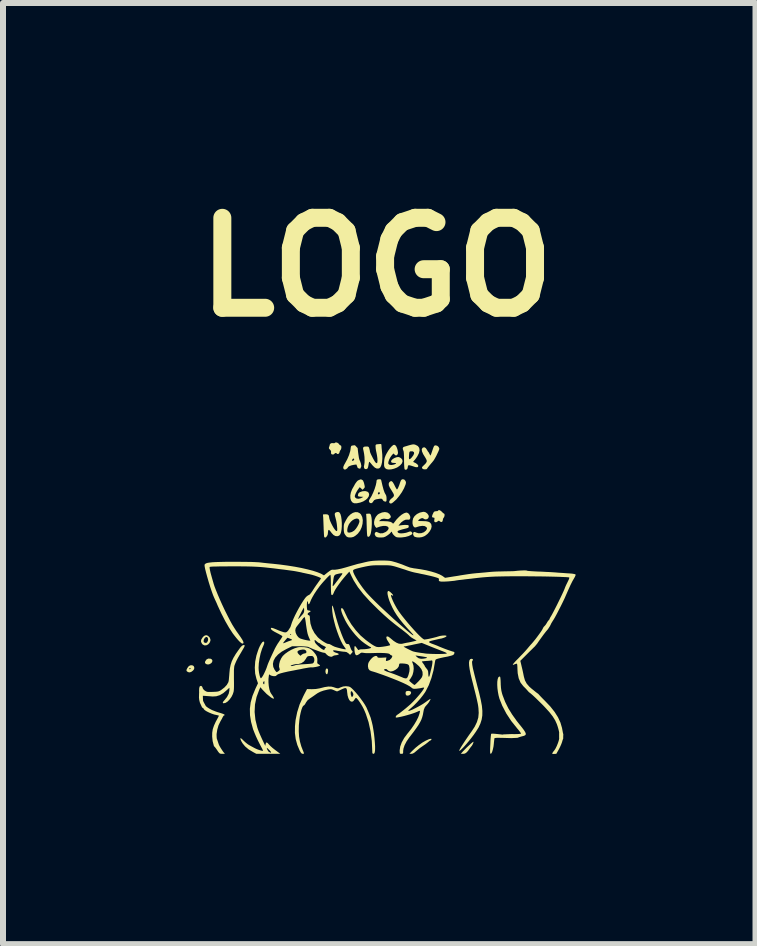
<source format=kicad_pcb>
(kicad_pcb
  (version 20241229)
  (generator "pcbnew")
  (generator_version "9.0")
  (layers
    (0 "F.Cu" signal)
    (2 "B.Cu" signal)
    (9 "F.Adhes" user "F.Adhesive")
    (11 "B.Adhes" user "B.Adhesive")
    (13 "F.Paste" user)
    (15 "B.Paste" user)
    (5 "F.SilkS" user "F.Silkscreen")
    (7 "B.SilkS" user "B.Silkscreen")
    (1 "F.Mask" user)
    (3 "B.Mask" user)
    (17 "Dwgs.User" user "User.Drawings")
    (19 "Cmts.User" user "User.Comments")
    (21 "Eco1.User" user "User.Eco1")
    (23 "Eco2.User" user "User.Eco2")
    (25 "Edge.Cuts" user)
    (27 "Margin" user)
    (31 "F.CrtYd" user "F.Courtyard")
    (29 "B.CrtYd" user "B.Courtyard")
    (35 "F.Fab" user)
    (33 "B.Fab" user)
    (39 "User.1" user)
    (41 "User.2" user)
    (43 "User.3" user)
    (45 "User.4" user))
  (footprint "LOGO"
    (layer "F.Cu")
    (at 3.479 6.054)
    (property "Reference" "LOGO" (at -0.25 -4.65 0) (layer "F.SilkS") (effects (font (size 1.5 1.5) (thickness 0.3))))
    (attr board_only exclude_from_pos_files exclude_from_bom)
    (fp_poly (pts (xy -1.061 2.057) (xy -1.058 2.081) (xy -1.06 2.102) (xy -1.067 2.128) (xy -1.073 2.139) (xy -1.082 2.139) (xy -1.089 2.135) (xy -1.098 2.119) (xy -1.102 2.094) (xy -1.099 2.068) (xy -1.091 2.049) (xy -1.088 2.046) (xy -1.072 2.044)) (stroke (width 0) (type solid)) (fill yes) (layer "F.SilkS"))
    (fp_poly (pts (xy 0.308 2.422) (xy 0.321 2.431) (xy 0.327 2.45) (xy 0.319 2.47) (xy 0.301 2.487) (xy 0.277 2.496) (xy 0.254 2.495) (xy 0.249 2.493) (xy 0.237 2.477) (xy 0.234 2.454) (xy 0.238 2.433) (xy 0.249 2.422) (xy 0.28 2.417)) (stroke (width 0) (type solid)) (fill yes) (layer "F.SilkS"))
    (fp_poly (pts (xy -3.02 1.88) (xy -3.019 1.88) (xy -2.995 1.894) (xy -2.986 1.916) (xy -2.994 1.94) (xy -3.01 1.958) (xy -3.045 1.976) (xy -3.078 1.975) (xy -3.098 1.965) (xy -3.11 1.952) (xy -3.11 1.934) (xy -3.106 1.924) (xy -3.087 1.895) (xy -3.057 1.879)) (stroke (width 0) (type solid)) (fill yes) (layer "F.SilkS"))
    (fp_poly (pts (xy 1.366 3.276) (xy 1.359 3.296) (xy 1.348 3.319) (xy 1.337 3.336) (xy 1.333 3.34) (xy 1.324 3.351) (xy 1.309 3.371) (xy 1.303 3.379) (xy 1.273 3.421) (xy 1.248 3.447) (xy 1.225 3.462) (xy 1.199 3.467) (xy 1.193 3.467) (xy 1.155 3.467) (xy 1.192 3.425) (xy 1.224 3.392) (xy 1.258 3.358) (xy 1.292 3.326) (xy 1.322 3.298) (xy 1.347 3.277) (xy 1.363 3.266) (xy 1.367 3.265)) (stroke (width 0) (type solid)) (fill yes) (layer "F.SilkS"))
    (fp_poly (pts (xy -3.324 1.99) (xy -3.302 2.001) (xy -3.297 2.007) (xy -3.288 2.034) (xy -3.294 2.057) (xy -3.311 2.079) (xy -3.342 2.102) (xy -3.37 2.109) (xy -3.392 2.104) (xy -3.411 2.092) (xy -3.419 2.082) (xy -3.418 2.064) (xy -3.41 2.047) (xy -3.374 2.047) (xy -3.367 2.056) (xy -3.365 2.057) (xy -3.352 2.05) (xy -3.35 2.047) (xy -3.352 2.039) (xy -3.359 2.037) (xy -3.372 2.042) (xy -3.374 2.047) (xy -3.41 2.047) (xy -3.406 2.039) (xy -3.389 2.014) (xy -3.376 2.001) (xy -3.351 1.99)) (stroke (width 0) (type solid)) (fill yes) (layer "F.SilkS"))
    (fp_poly (pts (xy -0.351 -0.531) (xy -0.342 -0.51) (xy -0.34 -0.504) (xy -0.333 -0.468) (xy -0.329 -0.419) (xy -0.329 -0.362) (xy -0.332 -0.304) (xy -0.338 -0.25) (xy -0.347 -0.205) (xy -0.357 -0.177) (xy -0.372 -0.157) (xy -0.389 -0.151) (xy -0.402 -0.16) (xy -0.404 -0.164) (xy -0.406 -0.178) (xy -0.409 -0.208) (xy -0.411 -0.249) (xy -0.413 -0.298) (xy -0.413 -0.312) (xy -0.415 -0.366) (xy -0.416 -0.416) (xy -0.418 -0.459) (xy -0.42 -0.488) (xy -0.42 -0.491) (xy -0.423 -0.535) (xy -0.387 -0.538) (xy -0.364 -0.538)) (stroke (width 0) (type solid)) (fill yes) (layer "F.SilkS"))
    (fp_poly (pts (xy 0.667 3.22) (xy 0.665 3.228) (xy 0.656 3.241) (xy 0.651 3.243) (xy 0.638 3.249) (xy 0.63 3.255) (xy 0.609 3.273) (xy 0.577 3.298) (xy 0.54 3.324) (xy 0.505 3.348) (xy 0.501 3.351) (xy 0.472 3.371) (xy 0.438 3.399) (xy 0.412 3.421) (xy 0.38 3.448) (xy 0.355 3.462) (xy 0.332 3.467) (xy 0.33 3.467) (xy 0.297 3.467) (xy 0.346 3.417) (xy 0.399 3.367) (xy 0.457 3.32) (xy 0.515 3.279) (xy 0.571 3.247) (xy 0.62 3.225) (xy 0.64 3.219) (xy 0.661 3.216)) (stroke (width 0) (type solid)) (fill yes) (layer "F.SilkS"))
    (fp_poly (pts (xy -3.1 1.49) (xy -3.08 1.49) (xy -3.06 1.5) (xy -3.04 1.52) (xy -3.03 1.53) (xy -3.02 1.56) (xy -3.02 1.583) (xy -3.035 1.617) (xy -3.059 1.643) (xy -3.088 1.657) (xy -3.118 1.659) (xy -3.147 1.645) (xy -3.16 1.632) (xy -3.177 1.599) (xy -3.176 1.585) (xy -3.134 1.585) (xy -3.13 1.602) (xy -3.113 1.616) (xy -3.091 1.617) (xy -3.075 1.607) (xy -3.062 1.581) (xy -3.058 1.554) (xy -3.064 1.532) (xy -3.079 1.519) (xy -3.093 1.519) (xy -3.113 1.533) (xy -3.128 1.558) (xy -3.134 1.585) (xy -3.176 1.585) (xy -3.175 1.567) (xy -3.16 1.541) (xy -3.145 1.519) (xy -3.125 1.5)) (stroke (width 0) (type solid)) (fill yes) (layer "F.SilkS"))
    (fp_poly (pts (xy -0.91 -1.724) (xy -0.888 -1.712) (xy -0.879 -1.702) (xy -0.864 -1.684) (xy -0.85 -1.677) (xy -0.84 -1.669) (xy -0.836 -1.65) (xy -0.838 -1.627) (xy -0.845 -1.606) (xy -0.85 -1.6) (xy -0.862 -1.582) (xy -0.867 -1.562) (xy -0.876 -1.541) (xy -0.892 -1.533) (xy -0.909 -1.535) (xy -0.914 -1.541) (xy -0.921 -1.55) (xy -0.936 -1.549) (xy -0.952 -1.538) (xy -0.953 -1.536) (xy -0.973 -1.523) (xy -0.996 -1.528) (xy -1.001 -1.531) (xy -1.01 -1.547) (xy -1.008 -1.562) (xy -1.009 -1.584) (xy -1.027 -1.606) (xy -1.043 -1.624) (xy -1.044 -1.639) (xy -1.041 -1.648) (xy -1.032 -1.673) (xy -1.031 -1.686) (xy -1.022 -1.703) (xy -1.002 -1.714) (xy -0.977 -1.715) (xy -0.968 -1.713) (xy -0.952 -1.713) (xy -0.948 -1.717) (xy -0.932 -1.726)) (stroke (width 0) (type solid)) (fill yes) (layer "F.SilkS"))
    (fp_poly (pts (xy 0.801 -0.596) (xy 0.822 -0.585) (xy 0.84 -0.569) (xy 0.858 -0.55) (xy 0.873 -0.54) (xy 0.875 -0.54) (xy 0.883 -0.532) (xy 0.885 -0.513) (xy 0.881 -0.491) (xy 0.873 -0.474) (xy 0.87 -0.472) (xy 0.859 -0.453) (xy 0.856 -0.433) (xy 0.849 -0.408) (xy 0.833 -0.398) (xy 0.811 -0.405) (xy 0.806 -0.41) (xy 0.791 -0.421) (xy 0.779 -0.417) (xy 0.77 -0.41) (xy 0.747 -0.396) (xy 0.725 -0.396) (xy 0.715 -0.404) (xy 0.712 -0.42) (xy 0.715 -0.443) (xy 0.717 -0.463) (xy 0.711 -0.471) (xy 0.701 -0.472) (xy 0.682 -0.476) (xy 0.675 -0.491) (xy 0.682 -0.518) (xy 0.69 -0.535) (xy 0.703 -0.562) (xy 0.716 -0.574) (xy 0.734 -0.578) (xy 0.744 -0.579) (xy 0.766 -0.581) (xy 0.778 -0.587) (xy 0.778 -0.588) (xy 0.784 -0.598)) (stroke (width 0) (type solid)) (fill yes) (layer "F.SilkS"))
    (fp_poly (pts (xy 0.211 -1.108) (xy 0.229 -1.089) (xy 0.229 -1.089) (xy 0.239 -1.07) (xy 0.241 -1.051) (xy 0.234 -1.023) (xy 0.234 -1.023) (xy 0.209 -0.962) (xy 0.173 -0.897) (xy 0.129 -0.834) (xy 0.081 -0.776) (xy 0.032 -0.732) (xy 0.02 -0.722) (xy 0.001 -0.71) (xy -0.012 -0.707) (xy -0.026 -0.711) (xy -0.027 -0.711) (xy -0.039 -0.725) (xy -0.037 -0.746) (xy -0.023 -0.769) (xy -0.005 -0.787) (xy 0.023 -0.81) (xy 0.038 -0.829) (xy 0.041 -0.849) (xy 0.031 -0.875) (xy 0.01 -0.91) (xy 0.001 -0.925) (xy -0.029 -0.973) (xy -0.045 -1.01) (xy -0.047 -1.039) (xy -0.037 -1.062) (xy -0.03 -1.069) (xy -0.011 -1.081) (xy 0.006 -1.078) (xy 0.023 -1.06) (xy 0.043 -1.026) (xy 0.05 -1.011) (xy 0.066 -0.979) (xy 0.08 -0.955) (xy 0.089 -0.943) (xy 0.089 -0.942) (xy 0.098 -0.947) (xy 0.11 -0.969) (xy 0.127 -1.009) (xy 0.143 -1.057) (xy 0.155 -1.088) (xy 0.166 -1.104) (xy 0.181 -1.111) (xy 0.187 -1.112)) (stroke (width 0) (type solid)) (fill yes) (layer "F.SilkS"))
    (fp_poly (pts (xy -0.565 -1.632) (xy -0.557 -1.56) (xy -0.549 -1.505) (xy -0.543 -1.466) (xy -0.536 -1.44) (xy -0.532 -1.43) (xy -0.522 -1.408) (xy -0.512 -1.378) (xy -0.51 -1.369) (xy -0.504 -1.339) (xy -0.506 -1.32) (xy -0.513 -1.307) (xy -0.52 -1.29) (xy -0.54 -1.29) (xy -0.564 -1.301) (xy -0.57 -1.318) (xy -0.586 -1.358) (xy -0.631 -1.352) (xy -0.668 -1.344) (xy -0.7 -1.332) (xy -0.722 -1.319) (xy -0.729 -1.308) (xy -0.737 -1.296) (xy -0.754 -1.283) (xy -0.774 -1.273) (xy -0.788 -1.276) (xy -0.793 -1.279) (xy -0.805 -1.296) (xy -0.804 -1.318) (xy -0.791 -1.35) (xy -0.775 -1.378) (xy -0.749 -1.426) (xy -0.66 -1.426) (xy -0.657 -1.419) (xy -0.642 -1.422) (xy -0.626 -1.431) (xy -0.622 -1.44) (xy -0.628 -1.456) (xy -0.64 -1.457) (xy -0.651 -1.445) (xy -0.66 -1.426) (xy -0.749 -1.426) (xy -0.738 -1.446) (xy -0.708 -1.516) (xy -0.688 -1.583) (xy -0.683 -1.614) (xy -0.679 -1.647) (xy -0.673 -1.664) (xy -0.664 -1.672) (xy -0.647 -1.675) (xy -0.643 -1.676) (xy -0.61 -1.679)) (stroke (width 0) (type solid)) (fill yes) (layer "F.SilkS"))
    (fp_poly (pts (xy 0.647 -1.508) (xy 0.653 -1.513) (xy 0.663 -1.538) (xy 0.676 -1.576) (xy 0.691 -1.621) (xy 0.702 -1.65) (xy 0.711 -1.667) (xy 0.721 -1.675) (xy 0.733 -1.677) (xy 0.739 -1.677) (xy 0.764 -1.669) (xy 0.786 -1.649) (xy 0.797 -1.623) (xy 0.797 -1.618) (xy 0.793 -1.604) (xy 0.782 -1.577) (xy 0.766 -1.543) (xy 0.748 -1.505) (xy 0.729 -1.47) (xy 0.713 -1.442) (xy 0.703 -1.426) (xy 0.688 -1.407) (xy 0.665 -1.38) (xy 0.639 -1.349) (xy 0.617 -1.322) (xy 0.6 -1.3) (xy 0.593 -1.289) (xy 0.593 -1.288) (xy 0.585 -1.28) (xy 0.565 -1.277) (xy 0.542 -1.277) (xy 0.524 -1.283) (xy 0.519 -1.286) (xy 0.509 -1.299) (xy 0.508 -1.31) (xy 0.519 -1.326) (xy 0.543 -1.349) (xy 0.544 -1.35) (xy 0.573 -1.38) (xy 0.587 -1.405) (xy 0.586 -1.43) (xy 0.571 -1.46) (xy 0.561 -1.477) (xy 0.527 -1.532) (xy 0.508 -1.577) (xy 0.504 -1.611) (xy 0.516 -1.634) (xy 0.529 -1.642) (xy 0.553 -1.644) (xy 0.574 -1.628) (xy 0.594 -1.598) (xy 0.607 -1.575) (xy 0.618 -1.563)) (stroke (width 0) (type solid)) (fill yes) (layer "F.SilkS"))
    (fp_poly (pts (xy -0.176 -1.105) (xy -0.171 -1.092) (xy -0.151 -1.005) (xy -0.133 -0.938) (xy -0.115 -0.888) (xy -0.097 -0.855) (xy -0.094 -0.851) (xy -0.087 -0.833) (xy -0.083 -0.804) (xy -0.083 -0.788) (xy -0.083 -0.759) (xy -0.088 -0.744) (xy -0.097 -0.739) (xy -0.106 -0.739) (xy -0.129 -0.747) (xy -0.14 -0.758) (xy -0.15 -0.774) (xy -0.159 -0.784) (xy -0.174 -0.788) (xy -0.197 -0.787) (xy -0.233 -0.781) (xy -0.259 -0.777) (xy -0.288 -0.764) (xy -0.3 -0.749) (xy -0.318 -0.723) (xy -0.339 -0.712) (xy -0.36 -0.717) (xy -0.364 -0.72) (xy -0.377 -0.741) (xy -0.375 -0.762) (xy -0.364 -0.781) (xy -0.334 -0.83) (xy -0.316 -0.868) (xy -0.228 -0.868) (xy -0.223 -0.861) (xy -0.214 -0.861) (xy -0.198 -0.866) (xy -0.195 -0.873) (xy -0.2 -0.892) (xy -0.203 -0.897) (xy -0.211 -0.902) (xy -0.22 -0.888) (xy -0.222 -0.885) (xy -0.228 -0.868) (xy -0.316 -0.868) (xy -0.306 -0.889) (xy -0.281 -0.952) (xy -0.262 -1.013) (xy -0.251 -1.065) (xy -0.251 -1.075) (xy -0.247 -1.097) (xy -0.237 -1.107) (xy -0.215 -1.111) (xy -0.212 -1.112) (xy -0.187 -1.112)) (stroke (width 0) (type solid)) (fill yes) (layer "F.SilkS"))
    (fp_poly (pts (xy -0.563 -0.562) (xy -0.528 -0.544) (xy -0.51 -0.526) (xy -0.488 -0.482) (xy -0.479 -0.429) (xy -0.483 -0.37) (xy -0.498 -0.311) (xy -0.523 -0.256) (xy -0.559 -0.208) (xy -0.57 -0.197) (xy -0.605 -0.168) (xy -0.634 -0.151) (xy -0.664 -0.143) (xy -0.691 -0.141) (xy -0.725 -0.144) (xy -0.747 -0.155) (xy -0.756 -0.163) (xy -0.774 -0.187) (xy -0.786 -0.206) (xy -0.792 -0.228) (xy -0.795 -0.249) (xy -0.738 -0.249) (xy -0.732 -0.229) (xy -0.727 -0.225) (xy -0.7 -0.222) (xy -0.665 -0.231) (xy -0.631 -0.25) (xy -0.622 -0.256) (xy -0.598 -0.282) (xy -0.574 -0.316) (xy -0.553 -0.354) (xy -0.539 -0.389) (xy -0.535 -0.41) (xy -0.541 -0.438) (xy -0.558 -0.453) (xy -0.583 -0.457) (xy -0.613 -0.449) (xy -0.645 -0.432) (xy -0.676 -0.406) (xy -0.703 -0.372) (xy -0.714 -0.354) (xy -0.729 -0.316) (xy -0.737 -0.279) (xy -0.738 -0.249) (xy -0.795 -0.249) (xy -0.796 -0.263) (xy -0.797 -0.302) (xy -0.796 -0.338) (xy -0.791 -0.366) (xy -0.789 -0.372) (xy -0.78 -0.391) (xy -0.766 -0.418) (xy -0.758 -0.433) (xy -0.726 -0.485) (xy -0.687 -0.524) (xy -0.646 -0.551) (xy -0.604 -0.564)) (stroke (width 0) (type solid)) (fill yes) (layer "F.SilkS"))
    (fp_poly (pts (xy -0.51 -1.111) (xy -0.49 -1.101) (xy -0.476 -1.092) (xy -0.461 -1.056) (xy -0.455 -1.033) (xy -0.448 -1.001) (xy -0.446 -0.982) (xy -0.451 -0.969) (xy -0.462 -0.957) (xy -0.483 -0.936) (xy -0.506 -0.958) (xy -0.53 -0.98) (xy -0.555 -0.947) (xy -0.575 -0.917) (xy -0.594 -0.882) (xy -0.599 -0.871) (xy -0.61 -0.843) (xy -0.613 -0.825) (xy -0.607 -0.81) (xy -0.606 -0.808) (xy -0.584 -0.791) (xy -0.552 -0.786) (xy -0.516 -0.794) (xy -0.501 -0.801) (xy -0.469 -0.818) (xy -0.515 -0.821) (xy -0.543 -0.824) (xy -0.557 -0.83) (xy -0.561 -0.841) (xy -0.561 -0.845) (xy -0.553 -0.875) (xy -0.53 -0.896) (xy -0.49 -0.91) (xy -0.488 -0.911) (xy -0.44 -0.915) (xy -0.404 -0.906) (xy -0.381 -0.887) (xy -0.373 -0.859) (xy -0.38 -0.826) (xy -0.404 -0.791) (xy -0.429 -0.769) (xy -0.472 -0.742) (xy -0.523 -0.723) (xy -0.576 -0.712) (xy -0.622 -0.712) (xy -0.627 -0.713) (xy -0.655 -0.728) (xy -0.675 -0.757) (xy -0.686 -0.796) (xy -0.687 -0.842) (xy -0.678 -0.891) (xy -0.659 -0.941) (xy -0.649 -0.96) (xy -0.635 -0.984) (xy -0.618 -1.014) (xy -0.616 -1.019) (xy -0.599 -1.047) (xy -0.574 -1.079) (xy -0.56 -1.091) (xy -0.54 -1.101)) (stroke (width 0) (type solid)) (fill yes) (layer "F.SilkS"))
    (fp_poly (pts (xy 0.065 -1.678) (xy 0.083 -1.653) (xy 0.097 -1.616) (xy 0.102 -1.595) (xy 0.108 -1.558) (xy 0.105 -1.535) (xy 0.095 -1.519) (xy 0.09 -1.515) (xy 0.076 -1.508) (xy 0.061 -1.515) (xy 0.053 -1.522) (xy 0.032 -1.542) (xy 0.003 -1.51) (xy -0.019 -1.479) (xy -0.038 -1.443) (xy -0.05 -1.409) (xy -0.055 -1.381) (xy -0.051 -1.367) (xy -0.031 -1.352) (xy 0.002 -1.349) (xy 0.041 -1.357) (xy 0.067 -1.368) (xy 0.077 -1.378) (xy 0.068 -1.383) (xy 0.044 -1.384) (xy 0.017 -1.386) (xy -0.001 -1.393) (xy -0.002 -1.394) (xy -0.008 -1.411) (xy 0.001 -1.431) (xy 0.022 -1.45) (xy 0.051 -1.467) (xy 0.084 -1.479) (xy 0.113 -1.483) (xy 0.135 -1.477) (xy 0.159 -1.463) (xy 0.159 -1.463) (xy 0.181 -1.436) (xy 0.184 -1.406) (xy 0.171 -1.374) (xy 0.142 -1.342) (xy 0.098 -1.311) (xy 0.086 -1.305) (xy 0.042 -1.288) (xy -0.003 -1.277) (xy -0.045 -1.274) (xy -0.077 -1.279) (xy -0.083 -1.281) (xy -0.105 -1.296) (xy -0.118 -1.315) (xy -0.124 -1.341) (xy -0.124 -1.381) (xy -0.124 -1.395) (xy -0.12 -1.438) (xy -0.113 -1.472) (xy -0.099 -1.508) (xy -0.083 -1.54) (xy -0.054 -1.589) (xy -0.024 -1.631) (xy 0.005 -1.663) (xy 0.03 -1.683) (xy 0.045 -1.687)) (stroke (width 0) (type solid)) (fill yes) (layer "F.SilkS"))
    (fp_poly (pts (xy 1.35 1.886) (xy 1.359 1.897) (xy 1.357 1.907) (xy 1.353 1.909) (xy 1.345 1.919) (xy 1.343 1.944) (xy 1.347 1.985) (xy 1.357 2.041) (xy 1.375 2.114) (xy 1.38 2.136) (xy 1.396 2.199) (xy 1.415 2.274) (xy 1.435 2.352) (xy 1.455 2.426) (xy 1.463 2.458) (xy 1.489 2.57) (xy 1.507 2.666) (xy 1.515 2.751) (xy 1.514 2.827) (xy 1.503 2.896) (xy 1.482 2.962) (xy 1.452 3.027) (xy 1.41 3.094) (xy 1.401 3.107) (xy 1.365 3.158) (xy 1.326 3.209) (xy 1.286 3.259) (xy 1.247 3.305) (xy 1.211 3.346) (xy 1.179 3.379) (xy 1.154 3.403) (xy 1.137 3.416) (xy 1.129 3.415) (xy 1.128 3.414) (xy 1.134 3.399) (xy 1.149 3.371) (xy 1.173 3.332) (xy 1.204 3.284) (xy 1.24 3.23) (xy 1.281 3.17) (xy 1.324 3.109) (xy 1.333 3.097) (xy 1.387 3.015) (xy 1.424 2.938) (xy 1.447 2.862) (xy 1.454 2.785) (xy 1.45 2.711) (xy 1.447 2.684) (xy 1.443 2.657) (xy 1.438 2.629) (xy 1.431 2.597) (xy 1.423 2.559) (xy 1.412 2.512) (xy 1.398 2.455) (xy 1.38 2.385) (xy 1.359 2.3) (xy 1.343 2.238) (xy 1.319 2.139) (xy 1.303 2.058) (xy 1.294 1.994) (xy 1.292 1.945) (xy 1.298 1.91) (xy 1.311 1.889) (xy 1.331 1.882) (xy 1.334 1.882)) (stroke (width 0) (type solid)) (fill yes) (layer "F.SilkS"))
    (fp_poly (pts (xy 0.569 -0.561) (xy 0.596 -0.541) (xy 0.616 -0.514) (xy 0.622 -0.491) (xy 0.614 -0.465) (xy 0.595 -0.448) (xy 0.57 -0.442) (xy 0.545 -0.448) (xy 0.535 -0.456) (xy 0.518 -0.464) (xy 0.493 -0.46) (xy 0.466 -0.445) (xy 0.452 -0.433) (xy 0.445 -0.424) (xy 0.446 -0.419) (xy 0.457 -0.416) (xy 0.482 -0.415) (xy 0.521 -0.414) (xy 0.575 -0.412) (xy 0.614 -0.404) (xy 0.64 -0.391) (xy 0.658 -0.37) (xy 0.663 -0.36) (xy 0.669 -0.325) (xy 0.66 -0.285) (xy 0.637 -0.244) (xy 0.605 -0.205) (xy 0.564 -0.172) (xy 0.543 -0.16) (xy 0.506 -0.147) (xy 0.463 -0.141) (xy 0.422 -0.143) (xy 0.388 -0.152) (xy 0.381 -0.156) (xy 0.363 -0.18) (xy 0.36 -0.199) (xy 0.364 -0.225) (xy 0.377 -0.234) (xy 0.4 -0.228) (xy 0.408 -0.224) (xy 0.451 -0.211) (xy 0.497 -0.213) (xy 0.539 -0.228) (xy 0.573 -0.255) (xy 0.583 -0.27) (xy 0.592 -0.29) (xy 0.589 -0.304) (xy 0.579 -0.315) (xy 0.553 -0.331) (xy 0.514 -0.335) (xy 0.466 -0.328) (xy 0.435 -0.319) (xy 0.408 -0.31) (xy 0.391 -0.308) (xy 0.379 -0.313) (xy 0.37 -0.321) (xy 0.357 -0.344) (xy 0.35 -0.378) (xy 0.351 -0.418) (xy 0.36 -0.457) (xy 0.36 -0.459) (xy 0.385 -0.498) (xy 0.424 -0.532) (xy 0.472 -0.556) (xy 0.524 -0.568) (xy 0.541 -0.569)) (stroke (width 0) (type solid)) (fill yes) (layer "F.SilkS"))
    (fp_poly (pts (xy -0.874 -0.561) (xy -0.865 -0.553) (xy -0.851 -0.529) (xy -0.84 -0.489) (xy -0.833 -0.44) (xy -0.829 -0.384) (xy -0.829 -0.328) (xy -0.833 -0.275) (xy -0.841 -0.23) (xy -0.853 -0.197) (xy -0.853 -0.196) (xy -0.873 -0.172) (xy -0.899 -0.163) (xy -0.903 -0.162) (xy -0.936 -0.165) (xy -0.967 -0.182) (xy -0.998 -0.215) (xy -1.012 -0.234) (xy -1.033 -0.26) (xy -1.047 -0.268) (xy -1.056 -0.258) (xy -1.06 -0.228) (xy -1.06 -0.219) (xy -1.064 -0.19) (xy -1.076 -0.165) (xy -1.091 -0.147) (xy -1.106 -0.139) (xy -1.119 -0.145) (xy -1.123 -0.153) (xy -1.125 -0.167) (xy -1.127 -0.196) (xy -1.129 -0.237) (xy -1.132 -0.286) (xy -1.132 -0.301) (xy -1.134 -0.355) (xy -1.136 -0.406) (xy -1.138 -0.449) (xy -1.139 -0.478) (xy -1.14 -0.481) (xy -1.143 -0.525) (xy -1.105 -0.528) (xy -1.069 -0.526) (xy -1.048 -0.511) (xy -1.041 -0.484) (xy -1.041 -0.481) (xy -1.036 -0.453) (xy -1.024 -0.417) (xy -1.006 -0.377) (xy -0.985 -0.336) (xy -0.963 -0.298) (xy -0.942 -0.269) (xy -0.925 -0.251) (xy -0.916 -0.248) (xy -0.909 -0.251) (xy -0.905 -0.262) (xy -0.905 -0.285) (xy -0.908 -0.323) (xy -0.908 -0.323) (xy -0.913 -0.369) (xy -0.921 -0.416) (xy -0.93 -0.452) (xy -0.942 -0.497) (xy -0.947 -0.526) (xy -0.944 -0.545) (xy -0.933 -0.556) (xy -0.916 -0.563) (xy -0.891 -0.567)) (stroke (width 0) (type solid)) (fill yes) (layer "F.SilkS"))
    (fp_poly (pts (xy 0.377 -1.693) (xy 0.398 -1.687) (xy 0.401 -1.686) (xy 0.439 -1.666) (xy 0.462 -1.635) (xy 0.468 -1.596) (xy 0.458 -1.549) (xy 0.431 -1.495) (xy 0.41 -1.464) (xy 0.391 -1.439) (xy 0.374 -1.42) (xy 0.37 -1.416) (xy 0.362 -1.404) (xy 0.365 -1.399) (xy 0.402 -1.382) (xy 0.43 -1.362) (xy 0.444 -1.342) (xy 0.446 -1.338) (xy 0.443 -1.32) (xy 0.428 -1.312) (xy 0.398 -1.315) (xy 0.362 -1.327) (xy 0.321 -1.34) (xy 0.294 -1.346) (xy 0.279 -1.343) (xy 0.273 -1.332) (xy 0.272 -1.32) (xy 0.267 -1.293) (xy 0.253 -1.275) (xy 0.237 -1.269) (xy 0.22 -1.277) (xy 0.217 -1.281) (xy 0.215 -1.295) (xy 0.212 -1.324) (xy 0.21 -1.365) (xy 0.209 -1.414) (xy 0.209 -1.434) (xy 0.209 -1.47) (xy 0.29 -1.47) (xy 0.294 -1.449) (xy 0.304 -1.446) (xy 0.321 -1.459) (xy 0.339 -1.478) (xy 0.366 -1.515) (xy 0.377 -1.544) (xy 0.373 -1.565) (xy 0.353 -1.577) (xy 0.326 -1.578) (xy 0.31 -1.576) (xy 0.301 -1.569) (xy 0.296 -1.555) (xy 0.293 -1.527) (xy 0.292 -1.51) (xy 0.29 -1.47) (xy 0.209 -1.47) (xy 0.208 -1.497) (xy 0.206 -1.543) (xy 0.203 -1.574) (xy 0.197 -1.592) (xy 0.195 -1.596) (xy 0.187 -1.62) (xy 0.192 -1.642) (xy 0.206 -1.652) (xy 0.221 -1.657) (xy 0.249 -1.665) (xy 0.284 -1.676) (xy 0.291 -1.678) (xy 0.329 -1.688) (xy 0.356 -1.693)) (stroke (width 0) (type solid)) (fill yes) (layer "F.SilkS"))
    (fp_poly (pts (xy -0.178 -1.7) (xy -0.169 -1.692) (xy -0.167 -1.669) (xy -0.165 -1.634) (xy -0.162 -1.607) (xy -0.161 -1.595) (xy -0.154 -1.523) (xy -0.153 -1.456) (xy -0.158 -1.397) (xy -0.169 -1.349) (xy -0.185 -1.313) (xy -0.206 -1.294) (xy -0.212 -1.292) (xy -0.245 -1.29) (xy -0.277 -1.305) (xy -0.31 -1.336) (xy -0.325 -1.353) (xy -0.346 -1.379) (xy -0.363 -1.398) (xy -0.371 -1.404) (xy -0.375 -1.396) (xy -0.38 -1.374) (xy -0.383 -1.354) (xy -0.389 -1.323) (xy -0.396 -1.299) (xy -0.401 -1.291) (xy -0.421 -1.28) (xy -0.443 -1.283) (xy -0.456 -1.297) (xy -0.461 -1.324) (xy -0.455 -1.353) (xy -0.45 -1.387) (xy -0.449 -1.433) (xy -0.451 -1.485) (xy -0.457 -1.535) (xy -0.465 -1.578) (xy -0.467 -1.587) (xy -0.475 -1.622) (xy -0.471 -1.644) (xy -0.455 -1.655) (xy -0.424 -1.658) (xy -0.397 -1.657) (xy -0.382 -1.651) (xy -0.374 -1.635) (xy -0.37 -1.622) (xy -0.363 -1.595) (xy -0.36 -1.575) (xy -0.36 -1.573) (xy -0.355 -1.557) (xy -0.344 -1.53) (xy -0.327 -1.496) (xy -0.308 -1.459) (xy -0.29 -1.427) (xy -0.275 -1.402) (xy -0.267 -1.392) (xy -0.251 -1.381) (xy -0.242 -1.381) (xy -0.236 -1.395) (xy -0.234 -1.424) (xy -0.236 -1.463) (xy -0.242 -1.508) (xy -0.249 -1.546) (xy -0.258 -1.587) (xy -0.264 -1.626) (xy -0.266 -1.653) (xy -0.266 -1.678) (xy -0.259 -1.69) (xy -0.244 -1.695) (xy -0.239 -1.695) (xy -0.211 -1.698)) (stroke (width 0) (type solid)) (fill yes) (layer "F.SilkS"))
    (fp_poly (pts (xy -0.068 -0.557) (xy -0.036 -0.535) (xy -0.018 -0.507) (xy -0.011 -0.486) (xy -0.017 -0.472) (xy -0.029 -0.46) (xy -0.056 -0.446) (xy -0.077 -0.448) (xy -0.126 -0.455) (xy -0.166 -0.448) (xy -0.187 -0.434) (xy -0.209 -0.413) (xy -0.123 -0.413) (xy -0.062 -0.41) (xy -0.016 -0.401) (xy 0.012 -0.386) (xy 0.022 -0.373) (xy 0.029 -0.373) (xy 0.042 -0.386) (xy 0.048 -0.395) (xy 0.086 -0.444) (xy 0.128 -0.487) (xy 0.17 -0.522) (xy 0.209 -0.545) (xy 0.243 -0.556) (xy 0.259 -0.555) (xy 0.282 -0.542) (xy 0.301 -0.518) (xy 0.312 -0.49) (xy 0.313 -0.464) (xy 0.303 -0.444) (xy 0.3 -0.441) (xy 0.281 -0.437) (xy 0.26 -0.439) (xy 0.231 -0.436) (xy 0.198 -0.42) (xy 0.164 -0.395) (xy 0.135 -0.363) (xy 0.135 -0.363) (xy 0.116 -0.336) (xy 0.148 -0.343) (xy 0.177 -0.347) (xy 0.214 -0.35) (xy 0.233 -0.35) (xy 0.264 -0.349) (xy 0.28 -0.346) (xy 0.286 -0.338) (xy 0.287 -0.326) (xy 0.285 -0.311) (xy 0.275 -0.302) (xy 0.253 -0.294) (xy 0.233 -0.289) (xy 0.177 -0.275) (xy 0.138 -0.263) (xy 0.113 -0.254) (xy 0.102 -0.245) (xy 0.1 -0.235) (xy 0.107 -0.224) (xy 0.107 -0.223) (xy 0.127 -0.213) (xy 0.159 -0.209) (xy 0.199 -0.212) (xy 0.241 -0.219) (xy 0.269 -0.228) (xy 0.299 -0.239) (xy 0.317 -0.242) (xy 0.328 -0.238) (xy 0.335 -0.232) (xy 0.348 -0.214) (xy 0.345 -0.199) (xy 0.328 -0.185) (xy 0.286 -0.165) (xy 0.232 -0.15) (xy 0.172 -0.142) (xy 0.144 -0.141) (xy 0.108 -0.142) (xy 0.084 -0.146) (xy 0.066 -0.155) (xy 0.046 -0.172) (xy 0.044 -0.174) (xy 0.024 -0.196) (xy 0.012 -0.216) (xy 0.01 -0.222) (xy 0.006 -0.237) (xy -0.005 -0.234) (xy -0.016 -0.22) (xy -0.03 -0.205) (xy -0.055 -0.185) (xy -0.074 -0.172) (xy -0.104 -0.154) (xy -0.131 -0.144) (xy -0.164 -0.141) (xy -0.182 -0.141) (xy -0.219 -0.142) (xy -0.244 -0.148) (xy -0.261 -0.159) (xy -0.263 -0.16) (xy -0.279 -0.187) (xy -0.279 -0.212) (xy -0.267 -0.228) (xy -0.253 -0.235) (xy -0.236 -0.229) (xy -0.229 -0.225) (xy -0.19 -0.21) (xy -0.145 -0.212) (xy -0.101 -0.231) (xy -0.089 -0.238) (xy -0.06 -0.265) (xy -0.048 -0.29) (xy -0.052 -0.31) (xy -0.069 -0.325) (xy -0.098 -0.334) (xy -0.137 -0.334) (xy -0.184 -0.325) (xy -0.206 -0.318) (xy -0.254 -0.301) (xy -0.273 -0.324) (xy -0.289 -0.358) (xy -0.291 -0.399) (xy -0.282 -0.443) (xy -0.262 -0.485) (xy -0.233 -0.52) (xy -0.21 -0.536) (xy -0.158 -0.558) (xy -0.11 -0.565)) (stroke (width 0) (type solid)) (fill yes) (layer "F.SilkS"))
    (fp_poly (pts (xy -0.715 2.344) (xy -0.692 2.352) (xy -0.667 2.371) (xy -0.634 2.403) (xy -0.596 2.445) (xy -0.555 2.493) (xy -0.515 2.546) (xy -0.477 2.598) (xy -0.444 2.648) (xy -0.419 2.692) (xy -0.412 2.708) (xy -0.396 2.745) (xy -0.379 2.785) (xy -0.364 2.823) (xy -0.352 2.854) (xy -0.345 2.873) (xy -0.345 2.874) (xy -0.341 2.891) (xy -0.333 2.919) (xy -0.327 2.942) (xy -0.314 2.997) (xy -0.303 3.062) (xy -0.292 3.133) (xy -0.284 3.206) (xy -0.278 3.276) (xy -0.274 3.339) (xy -0.274 3.391) (xy -0.276 3.421) (xy -0.282 3.45) (xy -0.291 3.464) (xy -0.302 3.467) (xy -0.314 3.463) (xy -0.32 3.45) (xy -0.321 3.425) (xy -0.329 3.253) (xy -0.35 3.09) (xy -0.383 2.938) (xy -0.429 2.799) (xy -0.462 2.722) (xy -0.485 2.678) (xy -0.511 2.634) (xy -0.537 2.595) (xy -0.561 2.562) (xy -0.58 2.541) (xy -0.593 2.533) (xy -0.604 2.541) (xy -0.616 2.56) (xy -0.617 2.561) (xy -0.637 2.588) (xy -0.659 2.598) (xy -0.682 2.592) (xy -0.703 2.571) (xy -0.72 2.537) (xy -0.733 2.492) (xy -0.738 2.451) (xy -0.681 2.451) (xy -0.678 2.481) (xy -0.67 2.505) (xy -0.67 2.506) (xy -0.662 2.519) (xy -0.654 2.517) (xy -0.645 2.504) (xy -0.636 2.485) (xy -0.639 2.464) (xy -0.642 2.456) (xy -0.656 2.43) (xy -0.669 2.422) (xy -0.678 2.43) (xy -0.681 2.451) (xy -0.738 2.451) (xy -0.739 2.446) (xy -0.743 2.405) (xy -0.75 2.38) (xy -0.764 2.37) (xy -0.788 2.373) (xy -0.824 2.388) (xy -0.841 2.396) (xy -0.872 2.411) (xy -0.897 2.422) (xy -0.909 2.426) (xy -0.909 2.426) (xy -0.921 2.422) (xy -0.944 2.413) (xy -0.961 2.405) (xy -0.989 2.394) (xy -1.011 2.389) (xy -1.037 2.391) (xy -1.065 2.396) (xy -1.132 2.412) (xy -1.186 2.431) (xy -1.231 2.454) (xy -1.259 2.473) (xy -1.297 2.5) (xy -1.338 2.528) (xy -1.358 2.541) (xy -1.398 2.572) (xy -1.424 2.607) (xy -1.429 2.616) (xy -1.443 2.641) (xy -1.457 2.657) (xy -1.462 2.66) (xy -1.475 2.669) (xy -1.489 2.695) (xy -1.503 2.734) (xy -1.516 2.784) (xy -1.528 2.841) (xy -1.537 2.904) (xy -1.543 2.969) (xy -1.545 2.99) (xy -1.547 3.09) (xy -1.542 3.178) (xy -1.528 3.258) (xy -1.506 3.338) (xy -1.482 3.401) (xy -1.468 3.435) (xy -1.461 3.454) (xy -1.462 3.464) (xy -1.47 3.467) (xy -1.481 3.467) (xy -1.497 3.462) (xy -1.512 3.447) (xy -1.529 3.417) (xy -1.53 3.416) (xy -1.571 3.319) (xy -1.598 3.221) (xy -1.611 3.118) (xy -1.61 3.007) (xy -1.6 2.904) (xy -1.573 2.772) (xy -1.533 2.644) (xy -1.475 2.514) (xy -1.454 2.472) (xy -1.409 2.387) (xy -1.329 2.389) (xy -1.263 2.386) (xy -1.204 2.376) (xy -1.191 2.373) (xy -1.116 2.354) (xy -1.054 2.345) (xy -1.005 2.346) (xy -0.971 2.354) (xy -0.932 2.367) (xy -0.904 2.374) (xy -0.882 2.373) (xy -0.861 2.364) (xy -0.85 2.359) (xy -0.808 2.344) (xy -0.76 2.339)) (stroke (width 0) (type solid)) (fill yes) (layer "F.SilkS"))
    (fp_poly (pts (xy -2.456 1.654) (xy -2.451 1.657) (xy -2.448 1.662) (xy -2.451 1.672) (xy -2.458 1.689) (xy -2.472 1.714) (xy -2.494 1.752) (xy -2.524 1.803) (xy -2.533 1.818) (xy -2.563 1.87) (xy -2.586 1.915) (xy -2.607 1.963) (xy -2.617 1.989) (xy -2.622 2.007) (xy -2.625 2.034) (xy -2.628 2.072) (xy -2.628 2.125) (xy -2.628 2.193) (xy -2.628 2.219) (xy -2.627 2.286) (xy -2.627 2.338) (xy -2.628 2.377) (xy -2.63 2.406) (xy -2.633 2.429) (xy -2.639 2.449) (xy -2.646 2.47) (xy -2.646 2.471) (xy -2.668 2.516) (xy -2.698 2.558) (xy -2.731 2.593) (xy -2.764 2.615) (xy -2.775 2.619) (xy -2.803 2.624) (xy -2.814 2.618) (xy -2.81 2.601) (xy -2.789 2.575) (xy -2.784 2.57) (xy -2.744 2.52) (xy -2.716 2.466) (xy -2.704 2.413) (xy -2.704 2.402) (xy -2.703 2.364) (xy -2.745 2.403) (xy -2.806 2.455) (xy -2.864 2.489) (xy -2.923 2.507) (xy -2.986 2.511) (xy -3.003 2.509) (xy -3.044 2.506) (xy -3.083 2.503) (xy -3.107 2.501) (xy -3.146 2.499) (xy -3.145 2.545) (xy -3.143 2.58) (xy -3.135 2.6) (xy -3.102 2.661) (xy -3.094 2.673) (xy -3.073 2.69) (xy -3.043 2.71) (xy -3.01 2.728) (xy -2.99 2.738) (xy -2.962 2.749) (xy -2.934 2.76) (xy -2.9 2.772) (xy -2.856 2.785) (xy -2.822 2.796) (xy -2.797 2.806) (xy -2.783 2.816) (xy -2.781 2.823) (xy -2.791 2.825) (xy -2.802 2.833) (xy -2.814 2.853) (xy -2.816 2.857) (xy -2.83 2.885) (xy -2.849 2.918) (xy -2.854 2.927) (xy -2.885 2.991) (xy -2.906 3.064) (xy -2.917 3.137) (xy -2.917 3.156) (xy -2.916 3.19) (xy -2.913 3.216) (xy -2.908 3.228) (xy -2.908 3.228) (xy -2.881 3.309) (xy -2.87 3.333) (xy -2.851 3.366) (xy -2.829 3.4) (xy -2.809 3.43) (xy -2.797 3.445) (xy -2.778 3.467) (xy -2.823 3.467) (xy -2.846 3.466) (xy -2.862 3.462) (xy -2.875 3.451) (xy -2.892 3.43) (xy -2.909 3.404) (xy -2.93 3.374) (xy -2.948 3.351) (xy -2.961 3.34) (xy -2.983 3.256) (xy -2.991 3.179) (xy -2.99 3.115) (xy -2.981 3.056) (xy -2.961 2.997) (xy -2.931 2.931) (xy -2.922 2.915) (xy -2.903 2.88) (xy -2.888 2.852) (xy -2.88 2.834) (xy -2.878 2.831) (xy -2.887 2.827) (xy -2.908 2.822) (xy -2.917 2.82) (xy -2.958 2.811) (xy -3.001 2.796) (xy -3.044 2.778) (xy -3.082 2.759) (xy -3.112 2.74) (xy -3.129 2.724) (xy -3.131 2.717) (xy -3.139 2.707) (xy -3.152 2.698) (xy -3.159 2.694) (xy -3.195 2.615) (xy -3.2 2.596) (xy -3.207 2.567) (xy -3.209 2.546) (xy -3.211 2.529) (xy -3.209 2.456) (xy -3.208 2.441) (xy -3.209 2.422) (xy -3.209 2.412) (xy -3.207 2.371) (xy -3.2 2.346) (xy -3.194 2.339) (xy -3.176 2.333) (xy -3.16 2.344) (xy -3.149 2.367) (xy -3.149 2.371) (xy -3.139 2.389) (xy -3.119 2.409) (xy -3.112 2.414) (xy -3.094 2.425) (xy -3.077 2.432) (xy -3.055 2.435) (xy -3.022 2.435) (xy -2.981 2.434) (xy -2.935 2.432) (xy -2.903 2.429) (xy -2.879 2.423) (xy -2.859 2.414) (xy -2.84 2.402) (xy -2.787 2.361) (xy -2.747 2.318) (xy -2.722 2.275) (xy -2.716 2.253) (xy -2.713 2.233) (xy -2.71 2.199) (xy -2.706 2.155) (xy -2.703 2.115) (xy -2.696 2.045) (xy -2.683 1.983) (xy -2.664 1.924) (xy -2.635 1.864) (xy -2.596 1.799) (xy -2.553 1.738) (xy -2.522 1.695) (xy -2.497 1.668) (xy -2.478 1.655) (xy -2.461 1.653)) (stroke (width 0) (type solid)) (fill yes) (layer "F.SilkS"))
    (fp_poly (pts (xy -0.104 0.244) (xy -0.061 0.246) (xy -0.026 0.249) (xy 0.006 0.255) (xy 0.042 0.265) (xy 0.078 0.275) (xy 0.128 0.292) (xy 0.179 0.31) (xy 0.223 0.328) (xy 0.242 0.336) (xy 0.307 0.36) (xy 0.381 0.375) (xy 0.388 0.375) (xy 0.484 0.389) (xy 0.577 0.406) (xy 0.662 0.427) (xy 0.738 0.45) (xy 0.8 0.474) (xy 0.847 0.499) (xy 0.851 0.502) (xy 0.893 0.532) (xy 0.993 0.516) (xy 1.043 0.508) (xy 1.091 0.501) (xy 1.132 0.494) (xy 1.147 0.491) (xy 1.224 0.479) (xy 1.29 0.469) (xy 1.353 0.461) (xy 1.421 0.454) (xy 1.449 0.452) (xy 1.504 0.447) (xy 1.561 0.442) (xy 1.611 0.437) (xy 1.643 0.434) (xy 1.679 0.431) (xy 1.729 0.428) (xy 1.787 0.426) (xy 1.848 0.425) (xy 1.877 0.424) (xy 1.933 0.423) (xy 1.984 0.422) (xy 2.027 0.421) (xy 2.056 0.419) (xy 2.066 0.418) (xy 2.102 0.414) (xy 2.142 0.411) (xy 2.182 0.409) (xy 2.217 0.408) (xy 2.244 0.409) (xy 2.256 0.411) (xy 2.256 0.412) (xy 2.265 0.415) (xy 2.291 0.418) (xy 2.33 0.421) (xy 2.379 0.424) (xy 2.434 0.427) (xy 2.502 0.429) (xy 2.574 0.433) (xy 2.644 0.436) (xy 2.705 0.44) (xy 2.733 0.442) (xy 2.793 0.447) (xy 2.859 0.451) (xy 2.923 0.456) (xy 2.96 0.458) (xy 3.012 0.462) (xy 3.047 0.468) (xy 3.066 0.474) (xy 3.07 0.478) (xy 3.068 0.493) (xy 3.057 0.517) (xy 3.046 0.537) (xy 3.017 0.587) (xy 2.983 0.655) (xy 2.944 0.742) (xy 2.911 0.817) (xy 2.888 0.87) (xy 2.858 0.933) (xy 2.824 1.002) (xy 2.789 1.07) (xy 2.755 1.136) (xy 2.724 1.193) (xy 2.698 1.237) (xy 2.694 1.242) (xy 2.675 1.273) (xy 2.661 1.297) (xy 2.655 1.311) (xy 2.655 1.311) (xy 2.64 1.34) (xy 2.609 1.388) (xy 2.575 1.428) (xy 2.534 1.481) (xy 2.529 1.488) (xy 2.497 1.532) (xy 2.469 1.571) (xy 2.447 1.602) (xy 2.434 1.622) (xy 2.42 1.64) (xy 2.389 1.677) (xy 2.369 1.696) (xy 2.341 1.724) (xy 2.305 1.759) (xy 2.27 1.794) (xy 2.148 1.916) (xy 2.172 2.018) (xy 2.184 2.068) (xy 2.195 2.119) (xy 2.204 2.164) (xy 2.208 2.182) (xy 2.225 2.242) (xy 2.254 2.296) (xy 2.299 2.348) (xy 2.321 2.367) (xy 2.34 2.384) (xy 2.357 2.397) (xy 2.41 2.44) (xy 2.448 2.468) (xy 2.465 2.487) (xy 2.491 2.515) (xy 2.525 2.55) (xy 2.554 2.579) (xy 2.646 2.675) (xy 2.719 2.767) (xy 2.776 2.857) (xy 2.817 2.946) (xy 2.843 3.035) (xy 2.85 3.072) (xy 2.858 3.115) (xy 2.865 3.142) (xy 2.863 3.18) (xy 2.863 3.214) (xy 2.859 3.222) (xy 2.851 3.245) (xy 2.844 3.27) (xy 2.831 3.306) (xy 2.811 3.351) (xy 2.79 3.393) (xy 2.788 3.396) (xy 2.748 3.467) (xy 2.68 3.47) (xy 2.68 3.62) (xy 1.62 3.64) (xy 1.69 3.17) (xy 2.1 3.2) (xy 1.998 3.205) (xy 1.859 3.201) (xy 1.798 3.2) (xy 1.755 3.2) (xy 1.728 3.203) (xy 1.717 3.207) (xy 1.716 3.208) (xy 1.714 3.222) (xy 1.711 3.25) (xy 1.707 3.287) (xy 1.707 3.292) (xy 1.701 3.343) (xy 1.691 3.39) (xy 1.68 3.429) (xy 1.668 3.455) (xy 1.656 3.467) (xy 1.655 3.467) (xy 1.65 3.464) (xy 1.646 3.455) (xy 1.644 3.438) (xy 1.644 3.408) (xy 1.645 3.364) (xy 1.648 3.304) (xy 1.65 3.249) (xy 1.653 3.202) (xy 1.657 3.164) (xy 1.66 3.14) (xy 1.662 3.133) (xy 1.674 3.131) (xy 1.701 3.131) (xy 1.738 3.134) (xy 1.756 3.136) (xy 1.796 3.14) (xy 1.83 3.144) (xy 1.852 3.146) (xy 1.856 3.146) (xy 1.864 3.143) (xy 2.007 3.137) (xy 2.034 3.138) (xy 2.064 3.138) (xy 2.104 3.137) (xy 2.136 3.135) (xy 2.156 3.132) (xy 2.159 3.131) (xy 2.157 3.122) (xy 2.143 3.102) (xy 2.121 3.073) (xy 2.092 3.039) (xy 2.09 3.036) (xy 1.996 2.919) (xy 1.914 2.794) (xy 1.847 2.666) (xy 1.8 2.548) (xy 1.785 2.492) (xy 1.774 2.433) (xy 1.766 2.372) (xy 1.763 2.315) (xy 1.764 2.264) (xy 1.77 2.222) (xy 1.78 2.193) (xy 1.79 2.183) (xy 1.8 2.178) (xy 1.808 2.179) (xy 1.813 2.188) (xy 1.816 2.208) (xy 1.819 2.242) (xy 1.821 2.291) (xy 1.821 2.305) (xy 1.825 2.365) (xy 1.832 2.415) (xy 1.843 2.46) (xy 1.852 2.489) (xy 1.895 2.601) (xy 1.948 2.708) (xy 2.012 2.812) (xy 2.089 2.92) (xy 2.128 2.969) (xy 2.174 3.026) (xy 2.208 3.071) (xy 2.229 3.104) (xy 2.239 3.129) (xy 2.238 3.146) (xy 2.226 3.159) (xy 2.204 3.168) (xy 2.173 3.176) (xy 2.145 3.184) (xy 2.1 3.2) (xy 1.69 3.17) (xy 1.62 3.64) (xy 2.68 3.62) (xy 2.68 3.47) (xy 2.69 3.439) (xy 2.711 3.415) (xy 2.734 3.38) (xy 2.756 3.336) (xy 2.775 3.288) (xy 2.781 3.271) (xy 2.792 3.234) (xy 2.796 3.211) (xy 2.795 3.197) (xy 2.795 3.125) (xy 2.796 3.113) (xy 2.791 3.086) (xy 2.782 3.05) (xy 2.77 3.009) (xy 2.757 2.971) (xy 2.729 2.909) (xy 2.688 2.843) (xy 2.632 2.771) (xy 2.561 2.693) (xy 2.524 2.654) (xy 2.457 2.588) (xy 2.402 2.534) (xy 2.357 2.492) (xy 2.32 2.46) (xy 2.29 2.437) (xy 2.266 2.41) (xy 2.241 2.382) (xy 2.198 2.339) (xy 2.152 2.28) (xy 2.121 2.208) (xy 2.104 2.123) (xy 2.1 2.056) (xy 2.099 2.017) (xy 2.097 1.986) (xy 2.093 1.967) (xy 2.091 1.964) (xy 2.077 1.965) (xy 2.055 1.973) (xy 2.053 1.973) (xy 2.031 1.983) (xy 2.022 1.982) (xy 2.027 1.97) (xy 2.046 1.947) (xy 2.079 1.911) (xy 2.112 1.878) (xy 2.152 1.836) (xy 2.193 1.794) (xy 2.229 1.755) (xy 2.256 1.724) (xy 2.259 1.721) (xy 2.288 1.686) (xy 2.318 1.651) (xy 2.343 1.624) (xy 2.368 1.594) (xy 2.399 1.556) (xy 2.43 1.515) (xy 2.461 1.473) (xy 2.489 1.434) (xy 2.51 1.402) (xy 2.522 1.38) (xy 2.523 1.376) (xy 2.537 1.351) (xy 2.552 1.336) (xy 2.569 1.317) (xy 2.587 1.289) (xy 2.591 1.282) (xy 2.606 1.257) (xy 2.62 1.24) (xy 2.623 1.237) (xy 2.634 1.224) (xy 2.635 1.22) (xy 2.64 1.206) (xy 2.652 1.184) (xy 2.66 1.172) (xy 2.677 1.142) (xy 2.7 1.099) (xy 2.727 1.047) (xy 2.757 0.988) (xy 2.787 0.927) (xy 2.817 0.866) (xy 2.844 0.809) (xy 2.867 0.759) (xy 2.884 0.72) (xy 2.893 0.696) (xy 2.901 0.676) (xy 2.915 0.645) (xy 2.933 0.609) (xy 2.937 0.6) (xy 2.956 0.561) (xy 2.965 0.535) (xy 2.963 0.525) (xy 2.945 0.523) (xy 2.909 0.52) (xy 2.858 0.518) (xy 2.794 0.515) (xy 2.718 0.513) (xy 2.632 0.511) (xy 2.539 0.509) (xy 2.44 0.508) (xy 2.338 0.507) (xy 2.234 0.506) (xy 2.144 0.506) (xy 2.017 0.506) (xy 1.907 0.507) (xy 1.81 0.509) (xy 1.724 0.511) (xy 1.646 0.515) (xy 1.572 0.52) (xy 1.501 0.526) (xy 1.428 0.534) (xy 1.376 0.54) (xy 1.328 0.546) (xy 1.272 0.552) (xy 1.217 0.558) (xy 1.206 0.56) (xy 1.163 0.565) (xy 1.124 0.569) (xy 1.097 0.573) (xy 1.089 0.574) (xy 1.049 0.581) (xy 1.001 0.586) (xy 0.95 0.591) (xy 0.901 0.594) (xy 0.859 0.595) (xy 0.829 0.595) (xy 0.822 0.594) (xy 0.798 0.588) (xy 0.789 0.579) (xy 0.79 0.563) (xy 0.791 0.55) (xy 0.785 0.541) (xy 0.768 0.533) (xy 0.737 0.523) (xy 0.73 0.521) (xy 0.695 0.511) (xy 0.647 0.499) (xy 0.593 0.487) (xy 0.545 0.476) (xy 0.493 0.466) (xy 0.444 0.455) (xy 0.402 0.447) (xy 0.374 0.441) (xy 0.339 0.432) (xy 0.295 0.419) (xy 0.261 0.408) (xy 0.224 0.395) (xy 0.175 0.38) (xy 0.123 0.363) (xy 0.091 0.353) (xy 0.051 0.341) (xy 0.018 0.333) (xy -0.012 0.327) (xy -0.045 0.324) (xy -0.083 0.322) (xy -0.134 0.322) (xy -0.175 0.322) (xy -0.245 0.322) (xy -0.3 0.324) (xy -0.347 0.328) (xy -0.392 0.335) (xy -0.438 0.344) (xy -0.506 0.359) (xy -0.558 0.372) (xy -0.595 0.382) (xy -0.62 0.391) (xy -0.635 0.4) (xy -0.641 0.409) (xy -0.642 0.415) (xy -0.636 0.442) (xy -0.619 0.481) (xy -0.593 0.529) (xy -0.56 0.584) (xy -0.521 0.642) (xy -0.478 0.702) (xy -0.433 0.759) (xy -0.413 0.783) (xy -0.376 0.823) (xy -0.326 0.875) (xy -0.266 0.935) (xy -0.198 1.001) (xy -0.123 1.071) (xy -0.044 1.144) (xy 0.036 1.218) (xy 0.076 1.253) (xy 0.152 1.32) (xy 0.215 1.375) (xy 0.266 1.419) (xy 0.305 1.451) (xy 0.333 1.473) (xy 0.352 1.486) (xy 0.363 1.491) (xy 0.365 1.49) (xy 0.362 1.481) (xy 0.347 1.463) (xy 0.325 1.439) (xy 0.325 1.438) (xy 0.258 1.366) (xy 0.194 1.293) (xy 0.137 1.223) (xy 0.091 1.16) (xy 0.084 1.149) (xy 0.048 1.092) (xy 0.016 1.032) (xy -0.012 0.972) (xy -0.036 0.914) (xy -0.053 0.861) (xy -0.064 0.815) (xy -0.068 0.78) (xy -0.062 0.757) (xy -0.055 0.751) (xy -0.042 0.754) (xy -0.023 0.767) (xy -0.002 0.786) (xy 0.016 0.805) (xy 0.026 0.821) (xy 0.026 0.828) (xy 0.015 0.828) (xy 0.005 0.822) (xy -0.006 0.817) (xy -0.009 0.826) (xy -0.004 0.847) (xy 0.007 0.878) (xy 0.023 0.916) (xy 0.043 0.958) (xy 0.066 1.001) (xy 0.091 1.045) (xy 0.117 1.085) (xy 0.13 1.104) (xy 0.173 1.162) (xy 0.221 1.222) (xy 0.271 1.283) (xy 0.322 1.342) (xy 0.372 1.398) (xy 0.419 1.449) (xy 0.462 1.493) (xy 0.498 1.527) (xy 0.526 1.55) (xy 0.544 1.56) (xy 0.547 1.561) (xy 0.572 1.558) (xy 0.61 1.552) (xy 0.655 1.542) (xy 0.702 1.531) (xy 0.745 1.52) (xy 0.771 1.512) (xy 0.809 1.501) (xy 0.848 1.495) (xy 0.882 1.493) (xy 0.908 1.495) (xy 0.918 1.501) (xy 0.914 1.51) (xy 0.896 1.522) (xy 0.868 1.533) (xy 0.837 1.543) (xy 0.82 1.546) (xy 0.793 1.551) (xy 0.755 1.56) (xy 0.711 1.57) (xy 0.698 1.573) (xy 0.654 1.584) (xy 0.63 1.594) (xy 0.625 1.604) (xy 0.638 1.615) (xy 0.67 1.629) (xy 0.695 1.638) (xy 0.732 1.652) (xy 0.765 1.665) (xy 0.783 1.673) (xy 0.811 1.685) (xy 0.849 1.7) (xy 0.892 1.717) (xy 0.936 1.733) (xy 0.977 1.747) (xy 1.01 1.758) (xy 1.031 1.764) (xy 1.036 1.765) (xy 1.048 1.772) (xy 1.049 1.787) (xy 1.041 1.806) (xy 1.028 1.818) (xy 1.009 1.826) (xy 0.976 1.835) (xy 0.936 1.845) (xy 0.919 1.848) (xy 0.872 1.857) (xy 0.826 1.867) (xy 0.789 1.876) (xy 0.781 1.878) (xy 0.752 1.887) (xy 0.736 1.896) (xy 0.729 1.911) (xy 0.724 1.938) (xy 0.7 2.075) (xy 0.665 2.204) (xy 0.622 2.321) (xy 0.57 2.423) (xy 0.56 2.44) (xy 0.524 2.491) (xy 0.478 2.549) (xy 0.426 2.607) (xy 0.373 2.661) (xy 0.324 2.705) (xy 0.319 2.709) (xy 0.296 2.729) (xy 0.281 2.744) (xy 0.279 2.75) (xy 0.292 2.751) (xy 0.318 2.742) (xy 0.354 2.727) (xy 0.396 2.706) (xy 0.442 2.682) (xy 0.489 2.656) (xy 0.532 2.63) (xy 0.568 2.605) (xy 0.579 2.597) (xy 0.609 2.575) (xy 0.633 2.559) (xy 0.647 2.552) (xy 0.65 2.552) (xy 0.647 2.566) (xy 0.634 2.589) (xy 0.617 2.616) (xy 0.597 2.641) (xy 0.584 2.655) (xy 0.557 2.687) (xy 0.539 2.729) (xy 0.531 2.771) (xy 0.523 2.815) (xy 0.512 2.856) (xy 0.498 2.896) (xy 0.477 2.939) (xy 0.45 2.985) (xy 0.414 3.038) (xy 0.368 3.101) (xy 0.311 3.175) (xy 0.296 3.194) (xy 0.251 3.26) (xy 0.218 3.323) (xy 0.199 3.38) (xy 0.194 3.418) (xy 0.194 3.447) (xy 0.19 3.461) (xy 0.18 3.466) (xy 0.165 3.467) (xy 0.149 3.466) (xy 0.14 3.461) (xy 0.137 3.446) (xy 0.136 3.418) (xy 0.136 3.409) (xy 0.145 3.346) (xy 0.17 3.277) (xy 0.211 3.203) (xy 0.267 3.128) (xy 0.275 3.119) (xy 0.328 3.052) (xy 0.375 2.984) (xy 0.415 2.917) (xy 0.445 2.857) (xy 0.456 2.827) (xy 0.467 2.793) (xy 0.473 2.766) (xy 0.474 2.752) (xy 0.474 2.751) (xy 0.463 2.751) (xy 0.442 2.759) (xy 0.441 2.76) (xy 0.411 2.773) (xy 0.371 2.788) (xy 0.323 2.804) (xy 0.271 2.819) (xy 0.218 2.834) (xy 0.169 2.846) (xy 0.126 2.855) (xy 0.093 2.861) (xy 0.074 2.862) (xy 0.071 2.86) (xy 0.07 2.847) (xy 0.08 2.829) (xy 0.1 2.813) (xy 0.102 2.811) (xy 0.124 2.797) (xy 0.155 2.773) (xy 0.194 2.743) (xy 0.236 2.709) (xy 0.276 2.675) (xy 0.312 2.644) (xy 0.328 2.629) (xy 0.364 2.593) (xy 0.402 2.553) (xy 0.439 2.511) (xy 0.474 2.47) (xy 0.504 2.432) (xy 0.527 2.399) (xy 0.541 2.376) (xy 0.543 2.364) (xy 0.543 2.363) (xy 0.532 2.362) (xy 0.509 2.366) (xy 0.505 2.367) (xy 0.476 2.373) (xy 0.438 2.378) (xy 0.415 2.381) (xy 0.382 2.383) (xy 0.36 2.38) (xy 0.342 2.371) (xy 0.326 2.357) (xy 0.298 2.338) (xy 0.253 2.313) (xy 0.192 2.284) (xy 0.118 2.252) (xy 0.104 2.246) (xy 0.296 2.246) (xy 0.306 2.259) (xy 0.329 2.279) (xy 0.331 2.281) (xy 0.356 2.301) (xy 0.375 2.315) (xy 0.383 2.319) (xy 0.394 2.312) (xy 0.413 2.295) (xy 0.439 2.269) (xy 0.453 2.255) (xy 0.483 2.221) (xy 0.503 2.195) (xy 0.513 2.173) (xy 0.519 2.148) (xy 0.519 2.148) (xy 0.517 2.1) (xy 0.497 2.053) (xy 0.459 2.006) (xy 0.403 1.957) (xy 0.381 1.941) (xy 0.358 1.927) (xy 0.506 1.927) (xy 0.511 1.937) (xy 0.524 1.956) (xy 0.53 1.963) (xy 0.545 1.985) (xy 0.554 2) (xy 0.554 2.003) (xy 0.56 2.014) (xy 0.575 2.034) (xy 0.583 2.044) (xy 0.601 2.067) (xy 0.61 2.091) (xy 0.613 2.123) (xy 0.613 2.13) (xy 0.615 2.162) (xy 0.619 2.18) (xy 0.626 2.182) (xy 0.633 2.168) (xy 0.635 2.161) (xy 0.64 2.142) (xy 0.648 2.109) (xy 0.657 2.071) (xy 0.66 2.062) (xy 0.675 1.997) (xy 0.682 1.949) (xy 0.682 1.92) (xy 0.675 1.909) (xy 0.671 1.909) (xy 0.655 1.912) (xy 0.625 1.915) (xy 0.588 1.918) (xy 0.581 1.918) (xy 0.546 1.921) (xy 0.519 1.924) (xy 0.506 1.927) (xy 0.506 1.927) (xy 0.358 1.927) (xy 0.356 1.926) (xy 0.344 1.925) (xy 0.346 1.939) (xy 0.354 1.958) (xy 0.366 1.998) (xy 0.37 2.048) (xy 0.364 2.101) (xy 0.351 2.15) (xy 0.347 2.159) (xy 0.33 2.19) (xy 0.314 2.216) (xy 0.306 2.226) (xy 0.297 2.237) (xy 0.296 2.246) (xy 0.104 2.246) (xy 0.031 2.217) (xy -0.000001 2.205) (xy -0.072 2.177) (xy -0.14 2.152) (xy -0.203 2.13) (xy -0.257 2.111) (xy -0.299 2.098) (xy -0.327 2.09) (xy -0.329 2.09) (xy -0.364 2.075) (xy -0.37 2.068) (xy -0.126 2.068) (xy -0.115 2.077) (xy -0.089 2.09) (xy -0.046 2.106) (xy -0.005 2.12) (xy 0.043 2.137) (xy 0.097 2.158) (xy 0.148 2.179) (xy 0.156 2.182) (xy 0.2 2.201) (xy 0.23 2.209) (xy 0.251 2.207) (xy 0.266 2.192) (xy 0.278 2.164) (xy 0.285 2.143) (xy 0.298 2.092) (xy 0.301 2.048) (xy 0.295 2.009) (xy 0.287 1.987) (xy 0.269 1.974) (xy 0.254 1.969) (xy 0.221 1.963) (xy 0.183 1.96) (xy 0.173 1.96) (xy 0.145 1.96) (xy 0.131 1.965) (xy 0.127 1.976) (xy 0.126 1.987) (xy 0.118 2.015) (xy 0.095 2.044) (xy 0.062 2.068) (xy 0.026 2.086) (xy -0.011 2.094) (xy -0.021 2.093) (xy -0.048 2.084) (xy -0.067 2.069) (xy -0.086 2.053) (xy -0.105 2.053) (xy -0.122 2.06) (xy -0.126 2.068) (xy -0.37 2.068) (xy -0.385 2.049) (xy -0.393 2.009) (xy -0.393 1.999) (xy -0.39 1.967) (xy -0.38 1.939) (xy -0.358 1.906) (xy -0.357 1.904) (xy -0.325 1.868) (xy -0.293 1.844) (xy -0.264 1.834) (xy -0.248 1.836) (xy -0.235 1.848) (xy -0.233 1.855) (xy -0.228 1.861) (xy -0.212 1.864) (xy -0.18 1.865) (xy -0.159 1.864) (xy -0.085 1.86) (xy -0.091 1.89) (xy -0.094 1.911) (xy -0.088 1.918) (xy -0.074 1.917) (xy -0.032 1.902) (xy -0.004 1.875) (xy 0.004 1.862) (xy 0.013 1.841) (xy 0.011 1.831) (xy 0.005 1.828) (xy 0.401 1.828) (xy 0.406 1.835) (xy 0.421 1.85) (xy 0.428 1.856) (xy 0.455 1.874) (xy 0.486 1.881) (xy 0.506 1.882) (xy 0.54 1.879) (xy 0.572 1.873) (xy 0.58 1.871) (xy 0.591 1.865) (xy 0.592 1.861) (xy 0.582 1.857) (xy 0.558 1.851) (xy 0.517 1.844) (xy 0.506 1.842) (xy 0.464 1.836) (xy 0.429 1.831) (xy 0.407 1.828) (xy 0.401 1.828) (xy 0.005 1.828) (xy -0.003 1.824) (xy -0.004 1.824) (xy -0.023 1.813) (xy -0.031 1.803) (xy -0.042 1.797) (xy -0.07 1.791) (xy -0.111 1.787) (xy -0.16 1.785) (xy -0.216 1.784) (xy -0.258 1.785) (xy -0.326 1.787) (xy -0.378 1.788) (xy -0.416 1.788) (xy -0.444 1.786) (xy -0.465 1.783) (xy -0.473 1.782) (xy -0.497 1.779) (xy -0.517 1.787) (xy -0.532 1.799) (xy -0.563 1.819) (xy -0.586 1.824) (xy -0.602 1.811) (xy -0.612 1.78) (xy -0.618 1.737) (xy -0.619 1.696) (xy -0.616 1.674) (xy -0.607 1.67) (xy -0.593 1.684) (xy -0.574 1.71) (xy -0.558 1.732) (xy -0.547 1.737) (xy -0.543 1.734) (xy -0.528 1.726) (xy -0.496 1.723) (xy -0.484 1.723) (xy -0.448 1.722) (xy -0.41 1.718) (xy -0.376 1.712) (xy -0.351 1.705) (xy -0.341 1.697) (xy -0.34 1.696) (xy -0.347 1.687) (xy -0.348 1.687) (xy -0.361 1.682) (xy -0.386 1.667) (xy -0.418 1.646) (xy -0.453 1.622) (xy -0.487 1.596) (xy -0.501 1.585) (xy -0.55 1.54) (xy -0.604 1.482) (xy -0.657 1.417) (xy -0.706 1.351) (xy -0.742 1.295) (xy -0.769 1.247) (xy -0.793 1.197) (xy -0.815 1.149) (xy -0.831 1.106) (xy -0.84 1.072) (xy -0.842 1.05) (xy -0.842 1.048) (xy -0.831 1.036) (xy -0.817 1.042) (xy -0.8 1.063) (xy -0.782 1.1) (xy -0.781 1.104) (xy -0.732 1.206) (xy -0.67 1.308) (xy -0.597 1.405) (xy -0.517 1.493) (xy -0.433 1.565) (xy -0.428 1.569) (xy -0.372 1.611) (xy -0.329 1.641) (xy -0.295 1.662) (xy -0.268 1.676) (xy -0.246 1.684) (xy -0.225 1.686) (xy -0.214 1.687) (xy -0.185 1.685) (xy -0.148 1.681) (xy -0.123 1.677) (xy 0.204 1.677) (xy 0.205 1.681) (xy 0.222 1.692) (xy 0.254 1.709) (xy 0.298 1.731) (xy 0.346 1.754) (xy 0.37 1.762) (xy 0.406 1.77) (xy 0.442 1.776) (xy 0.487 1.783) (xy 0.533 1.789) (xy 0.564 1.794) (xy 0.595 1.797) (xy 0.639 1.799) (xy 0.689 1.801) (xy 0.743 1.802) (xy 0.796 1.802) (xy 0.845 1.801) (xy 0.884 1.799) (xy 0.911 1.797) (xy 0.918 1.795) (xy 0.922 1.79) (xy 0.913 1.783) (xy 0.89 1.771) (xy 0.85 1.755) (xy 0.831 1.748) (xy 0.775 1.726) (xy 0.711 1.701) (xy 0.648 1.676) (xy 0.614 1.662) (xy 0.504 1.617) (xy 0.376 1.643) (xy 0.327 1.654) (xy 0.285 1.662) (xy 0.253 1.669) (xy 0.235 1.673) (xy 0.233 1.673) (xy 0.21 1.676) (xy 0.204 1.677) (xy -0.123 1.677) (xy -0.108 1.675) (xy -0.07 1.668) (xy -0.041 1.661) (xy -0.024 1.656) (xy -0.023 1.655) (xy -0.025 1.645) (xy -0.037 1.624) (xy -0.052 1.601) (xy -0.076 1.563) (xy -0.086 1.534) (xy -0.085 1.515) (xy -0.072 1.508) (xy -0.049 1.515) (xy -0.018 1.539) (xy -0.017 1.54) (xy 0.037 1.585) (xy 0.083 1.614) (xy 0.123 1.63) (xy 0.161 1.633) (xy 0.184 1.63) (xy 0.213 1.623) (xy 0.251 1.615) (xy 0.282 1.61) (xy 0.322 1.602) (xy 0.36 1.593) (xy 0.382 1.588) (xy 0.419 1.577) (xy 0.368 1.549) (xy 0.335 1.529) (xy 0.305 1.506) (xy 0.292 1.493) (xy 0.276 1.478) (xy 0.247 1.453) (xy 0.209 1.423) (xy 0.167 1.39) (xy 0.146 1.375) (xy 0.053 1.303) (xy -0.037 1.23) (xy -0.126 1.151) (xy -0.218 1.065) (xy -0.317 0.967) (xy -0.365 0.919) (xy -0.471 0.802) (xy -0.56 0.688) (xy -0.631 0.576) (xy -0.668 0.503) (xy -0.703 0.428) (xy -0.751 0.481) (xy -0.793 0.53) (xy -0.836 0.583) (xy -0.876 0.637) (xy -0.911 0.687) (xy -0.939 0.731) (xy -0.957 0.765) (xy -0.96 0.773) (xy -0.974 0.805) (xy -0.988 0.82) (xy -1 0.817) (xy -1.005 0.806) (xy -1.007 0.792) (xy -1.009 0.761) (xy -1.01 0.719) (xy -1.011 0.668) (xy -1.011 0.657) (xy -0.981 0.657) (xy -0.981 0.668) (xy -0.976 0.67) (xy -0.966 0.661) (xy -0.948 0.639) (xy -0.921 0.603) (xy -0.903 0.58) (xy -0.876 0.544) (xy -0.852 0.512) (xy -0.834 0.488) (xy -0.828 0.48) (xy -0.819 0.463) (xy -0.824 0.455) (xy -0.845 0.456) (xy -0.877 0.462) (xy -0.908 0.469) (xy -0.931 0.476) (xy -0.946 0.486) (xy -0.957 0.502) (xy -0.964 0.526) (xy -0.97 0.563) (xy -0.976 0.615) (xy -0.979 0.637) (xy -0.981 0.657) (xy -1.011 0.657) (xy -1.011 0.636) (xy -1.012 0.584) (xy -1.013 0.539) (xy -1.015 0.505) (xy -1.018 0.485) (xy -1.019 0.481) (xy -1.03 0.488) (xy -1.051 0.507) (xy -1.078 0.534) (xy -1.109 0.568) (xy -1.141 0.603) (xy -1.172 0.639) (xy -1.197 0.67) (xy -1.198 0.671) (xy -1.245 0.736) (xy -1.287 0.799) (xy -1.32 0.856) (xy -1.344 0.903) (xy -1.351 0.921) (xy -1.365 0.955) (xy -1.377 0.972) (xy -1.386 0.971) (xy -1.392 0.952) (xy -1.392 0.946) (xy -1.396 0.926) (xy -1.401 0.922) (xy -1.406 0.931) (xy -1.41 0.951) (xy -1.412 0.977) (xy -1.412 1.008) (xy -1.412 1.014) (xy -1.409 1.047) (xy -1.405 1.066) (xy -1.398 1.073) (xy -1.387 1.075) (xy -1.364 1.079) (xy -1.353 1.083) (xy -1.349 1.091) (xy -1.36 1.1) (xy -1.37 1.105) (xy -1.392 1.12) (xy -1.4 1.137) (xy -1.392 1.15) (xy -1.381 1.155) (xy -1.369 1.161) (xy -1.363 1.175) (xy -1.361 1.201) (xy -1.361 1.213) (xy -1.352 1.294) (xy -1.326 1.376) (xy -1.285 1.453) (xy -1.231 1.521) (xy -1.223 1.529) (xy -1.193 1.555) (xy -1.158 1.581) (xy -1.122 1.604) (xy -1.089 1.623) (xy -1.064 1.633) (xy -1.052 1.634) (xy -1.036 1.636) (xy -1.014 1.647) (xy -1.011 1.648) (xy -0.984 1.664) (xy -0.95 1.68) (xy -0.941 1.683) (xy -0.909 1.693) (xy -0.872 1.703) (xy -0.833 1.713) (xy -0.799 1.72) (xy -0.774 1.724) (xy -0.762 1.723) (xy -0.765 1.714) (xy -0.777 1.696) (xy -0.781 1.691) (xy -0.812 1.645) (xy -0.844 1.584) (xy -0.876 1.51) (xy -0.906 1.429) (xy -0.934 1.344) (xy -0.957 1.257) (xy -0.976 1.175) (xy -0.987 1.099) (xy -0.992 1.034) (xy -0.992 1.032) (xy -0.991 1.004) (xy -0.987 0.994) (xy -0.981 1) (xy -0.972 1.025) (xy -0.959 1.068) (xy -0.948 1.109) (xy -0.925 1.195) (xy -0.898 1.286) (xy -0.869 1.374) (xy -0.839 1.456) (xy -0.811 1.526) (xy -0.799 1.553) (xy -0.78 1.592) (xy -0.767 1.617) (xy -0.756 1.63) (xy -0.745 1.635) (xy -0.734 1.636) (xy -0.718 1.636) (xy -0.707 1.644) (xy -0.697 1.664) (xy -0.689 1.687) (xy -0.677 1.718) (xy -0.664 1.743) (xy -0.656 1.752) (xy -0.648 1.761) (xy -0.651 1.772) (xy -0.666 1.79) (xy -0.691 1.817) (xy -0.718 1.791) (xy -0.75 1.77) (xy -0.78 1.765) (xy -0.807 1.763) (xy -0.845 1.758) (xy -0.887 1.751) (xy -0.891 1.751) (xy -0.927 1.744) (xy -0.954 1.741) (xy -0.969 1.74) (xy -0.971 1.74) (xy -0.973 1.753) (xy -0.959 1.767) (xy -0.933 1.779) (xy -0.919 1.783) (xy -0.889 1.794) (xy -0.879 1.805) (xy -0.887 1.814) (xy -0.914 1.821) (xy -0.924 1.822) (xy -0.952 1.826) (xy -0.973 1.834) (xy -0.977 1.837) (xy -0.996 1.848) (xy -1.024 1.846) (xy -1.054 1.834) (xy -1.079 1.814) (xy -1.084 1.809) (xy -1.106 1.786) (xy -1.125 1.781) (xy -1.126 1.781) (xy -1.141 1.779) (xy -1.17 1.771) (xy -1.208 1.758) (xy -1.253 1.741) (xy -1.301 1.723) (xy -1.347 1.703) (xy -1.387 1.685) (xy -1.389 1.684) (xy -1.407 1.68) (xy -1.44 1.677) (xy -1.484 1.674) (xy -1.534 1.673) (xy -1.534 1.673) (xy -1.658 1.673) (xy -1.754 1.72) (xy -1.831 1.763) (xy -1.893 1.811) (xy -1.938 1.861) (xy -1.967 1.914) (xy -1.978 1.966) (xy -1.972 2.018) (xy -1.95 2.064) (xy -1.933 2.088) (xy -1.92 2.102) (xy -1.915 2.105) (xy -1.904 2.1) (xy -1.885 2.087) (xy -1.883 2.085) (xy -1.866 2.069) (xy -1.864 2.054) (xy -1.867 2.047) (xy -1.876 2.013) (xy -1.875 2) (xy -1.682 2) (xy -1.674 2.004) (xy -1.649 2.001) (xy -1.611 1.991) (xy -1.6 1.987) (xy -1.579 1.983) (xy -1.543 1.979) (xy -1.498 1.975) (xy -1.449 1.972) (xy -1.401 1.969) (xy -1.359 1.966) (xy -1.328 1.962) (xy -1.311 1.958) (xy -1.311 1.958) (xy -1.295 1.94) (xy -1.287 1.912) (xy -1.288 1.881) (xy -1.298 1.857) (xy -1.31 1.842) (xy -1.327 1.835) (xy -1.354 1.835) (xy -1.36 1.835) (xy -1.387 1.838) (xy -1.404 1.845) (xy -1.417 1.862) (xy -1.429 1.884) (xy -1.46 1.926) (xy -1.503 1.955) (xy -1.552 1.969) (xy -1.564 1.969) (xy -1.594 1.971) (xy -1.626 1.977) (xy -1.655 1.985) (xy -1.676 1.993) (xy -1.682 2) (xy -1.875 2) (xy -1.873 1.969) (xy -1.861 1.921) (xy -1.84 1.875) (xy -1.814 1.836) (xy -1.775 1.799) (xy -1.729 1.766) (xy -1.57 1.766) (xy -1.562 1.788) (xy -1.549 1.804) (xy -1.531 1.821) (xy -1.52 1.831) (xy -1.519 1.832) (xy -1.512 1.827) (xy -1.498 1.814) (xy -1.475 1.799) (xy -1.455 1.794) (xy -1.429 1.788) (xy -1.418 1.773) (xy -1.423 1.75) (xy -1.425 1.747) (xy -1.446 1.731) (xy -1.477 1.727) (xy -1.521 1.734) (xy -1.528 1.736) (xy -1.558 1.749) (xy -1.57 1.766) (xy -1.729 1.766) (xy -1.725 1.763) (xy -1.669 1.731) (xy -1.613 1.706) (xy -1.56 1.69) (xy -1.527 1.686) (xy -1.459 1.688) (xy -1.406 1.696) (xy -1.364 1.712) (xy -1.327 1.737) (xy -1.3 1.764) (xy -1.266 1.807) (xy -1.245 1.844) (xy -1.237 1.881) (xy -1.237 1.913) (xy -1.239 1.942) (xy -1.236 1.958) (xy -1.224 1.969) (xy -1.213 1.975) (xy -1.196 1.987) (xy -1.192 1.997) (xy -1.193 1.998) (xy -1.208 2.004) (xy -1.235 2.012) (xy -1.269 2.019) (xy -1.301 2.024) (xy -1.326 2.026) (xy -1.334 2.025) (xy -1.349 2.025) (xy -1.377 2.028) (xy -1.417 2.035) (xy -1.463 2.043) (xy -1.464 2.043) (xy -1.514 2.054) (xy -1.563 2.063) (xy -1.604 2.071) (xy -1.629 2.076) (xy -1.723 2.094) (xy -1.798 2.111) (xy -1.854 2.126) (xy -1.892 2.14) (xy -1.912 2.153) (xy -1.913 2.154) (xy -1.926 2.167) (xy -1.943 2.172) (xy -1.971 2.171) (xy -1.972 2.171) (xy -2.002 2.164) (xy -2.024 2.154) (xy -2.028 2.15) (xy -2.036 2.142) (xy -2.042 2.148) (xy -2.046 2.165) (xy -2.052 2.218) (xy -2.052 2.276) (xy -2.047 2.336) (xy -2.037 2.39) (xy -2.023 2.435) (xy -2.01 2.459) (xy -1.98 2.502) (xy -1.964 2.531) (xy -1.962 2.546) (xy -1.973 2.547) (xy -1.998 2.534) (xy -2.011 2.526) (xy -2.082 2.469) (xy -2.151 2.398) (xy -2.187 2.356) (xy -2.206 2.399) (xy -2.251 2.52) (xy -2.277 2.644) (xy -2.283 2.769) (xy -2.27 2.897) (xy -2.238 3.028) (xy -2.228 3.058) (xy -2.215 3.093) (xy -2.195 3.141) (xy -2.17 3.197) (xy -2.143 3.255) (xy -2.117 3.31) (xy -2.105 3.334) (xy -2.1 3.306) (xy -2.093 3.283) (xy -2.081 3.277) (xy -2.064 3.288) (xy -2.043 3.312) (xy -2.02 3.336) (xy -1.987 3.366) (xy -1.949 3.396) (xy -1.932 3.409) (xy -1.854 3.467) (xy -2.054 3.467) (xy -2.254 3.467) (xy -2.306 3.439) (xy -2.383 3.393) (xy -2.442 3.343) (xy -2.483 3.293) (xy -2.503 3.26) (xy -2.516 3.232) (xy -2.52 3.212) (xy -2.515 3.204) (xy -2.514 3.204) (xy -2.506 3.211) (xy -2.487 3.227) (xy -2.463 3.251) (xy -2.462 3.252) (xy -2.43 3.281) (xy -2.397 3.307) (xy -2.373 3.322) (xy -2.337 3.342) (xy -2.3 3.362) (xy -2.291 3.367) (xy -2.261 3.382) (xy -2.227 3.396) (xy -2.193 3.407) (xy -2.165 3.415) (xy -2.147 3.418) (xy -2.144 3.417) (xy -2.146 3.406) (xy -2.155 3.385) (xy -2.164 3.369) (xy -2.165 3.367) (xy -2.08 3.367) (xy -2.079 3.376) (xy -2.072 3.396) (xy -2.071 3.399) (xy -2.05 3.431) (xy -2.022 3.446) (xy -2.012 3.447) (xy -2.007 3.442) (xy -2.018 3.425) (xy -2.036 3.406) (xy -2.058 3.384) (xy -2.074 3.37) (xy -2.08 3.367) (xy -2.165 3.367) (xy -2.195 3.31) (xy -2.228 3.245) (xy -2.259 3.179) (xy -2.285 3.117) (xy -2.305 3.066) (xy -2.309 3.056) (xy -2.342 2.935) (xy -2.36 2.823) (xy -2.362 2.716) (xy -2.349 2.61) (xy -2.319 2.502) (xy -2.273 2.389) (xy -2.265 2.371) (xy -2.227 2.291) (xy -2.229 2.284) (xy -2.143 2.284) (xy -2.138 2.297) (xy -2.127 2.308) (xy -2.122 2.304) (xy -2.12 2.283) (xy -2.12 2.278) (xy -2.121 2.257) (xy -2.125 2.254) (xy -2.135 2.265) (xy -2.143 2.284) (xy -2.229 2.284) (xy -2.253 2.215) (xy -2.274 2.128) (xy -2.28 2.031) (xy -2.273 1.927) (xy -2.253 1.828) (xy -2.234 1.768) (xy -2.215 1.713) (xy -2.194 1.667) (xy -2.173 1.63) (xy -2.155 1.605) (xy -2.139 1.594) (xy -2.126 1.599) (xy -2.123 1.605) (xy -2.123 1.625) (xy -2.131 1.65) (xy -2.132 1.652) (xy -2.159 1.716) (xy -2.183 1.792) (xy -2.201 1.875) (xy -2.213 1.958) (xy -2.217 2.031) (xy -2.215 2.072) (xy -2.209 2.116) (xy -2.201 2.155) (xy -2.192 2.187) (xy -2.182 2.205) (xy -2.18 2.207) (xy -2.171 2.202) (xy -2.156 2.183) (xy -2.138 2.154) (xy -2.12 2.118) (xy -2.102 2.079) (xy -2.087 2.042) (xy -2.081 2.026) (xy -2.073 2.002) (xy -2.064 1.976) (xy -2.052 1.946) (xy -2.036 1.91) (xy -2.016 1.864) (xy -1.989 1.806) (xy -1.955 1.734) (xy -1.947 1.716) (xy -1.926 1.677) (xy -1.899 1.631) (xy -1.892 1.621) (xy -1.809 1.621) (xy -1.801 1.622) (xy -1.78 1.615) (xy -1.758 1.606) (xy -1.724 1.592) (xy -1.704 1.585) (xy -1.283 1.585) (xy -1.277 1.607) (xy -1.267 1.623) (xy -1.246 1.647) (xy -1.217 1.674) (xy -1.207 1.683) (xy -1.168 1.714) (xy -1.14 1.731) (xy -1.124 1.735) (xy -1.118 1.726) (xy -1.118 1.725) (xy -1.111 1.71) (xy -1.102 1.701) (xy -1.094 1.693) (xy -1.097 1.686) (xy -1.115 1.675) (xy -1.13 1.668) (xy -1.159 1.653) (xy -1.181 1.639) (xy -1.187 1.633) (xy -1.202 1.621) (xy -1.209 1.619) (xy -1.222 1.613) (xy -1.242 1.597) (xy -1.252 1.588) (xy -1.272 1.571) (xy -1.282 1.569) (xy -1.283 1.585) (xy -1.704 1.585) (xy -1.693 1.581) (xy -1.679 1.577) (xy -1.661 1.57) (xy -1.659 1.563) (xy -1.675 1.554) (xy -1.7 1.544) (xy -1.736 1.531) (xy -1.772 1.573) (xy -1.792 1.597) (xy -1.805 1.615) (xy -1.809 1.621) (xy -1.892 1.621) (xy -1.87 1.589) (xy -1.868 1.585) (xy -1.846 1.553) (xy -1.829 1.527) (xy -1.82 1.51) (xy -1.819 1.507) (xy -1.827 1.499) (xy -1.85 1.485) (xy -1.872 1.473) (xy -1.692 1.473) (xy -1.685 1.483) (xy -1.682 1.483) (xy -1.673 1.48) (xy -1.673 1.479) (xy -1.679 1.47) (xy -1.682 1.468) (xy -1.691 1.469) (xy -1.692 1.473) (xy -1.872 1.473) (xy -1.882 1.467) (xy -1.908 1.454) (xy -1.959 1.427) (xy -1.993 1.405) (xy -2.01 1.387) (xy -2.012 1.373) (xy -2.008 1.367) (xy -1.994 1.366) (xy -1.964 1.375) (xy -1.919 1.393) (xy -1.912 1.396) (xy -1.87 1.414) (xy -1.83 1.428) (xy -1.799 1.438) (xy -1.79 1.44) (xy -1.768 1.442) (xy -1.751 1.437) (xy -1.734 1.423) (xy -1.722 1.409) (xy -1.605 1.409) (xy -1.598 1.449) (xy -1.58 1.488) (xy -1.555 1.521) (xy -1.528 1.541) (xy -1.497 1.552) (xy -1.458 1.563) (xy -1.417 1.572) (xy -1.384 1.578) (xy -1.374 1.579) (xy -1.353 1.58) (xy -1.376 1.529) (xy -1.388 1.499) (xy -1.399 1.465) (xy -1.408 1.423) (xy -1.417 1.37) (xy -1.427 1.303) (xy -1.43 1.276) (xy -1.436 1.238) (xy -1.442 1.207) (xy -1.447 1.189) (xy -1.449 1.186) (xy -1.458 1.191) (xy -1.475 1.208) (xy -1.49 1.228) (xy -1.516 1.262) (xy -1.546 1.3) (xy -1.564 1.322) (xy -1.588 1.354) (xy -1.6 1.379) (xy -1.604 1.405) (xy -1.605 1.409) (xy -1.722 1.409) (xy -1.719 1.405) (xy -1.686 1.353) (xy -1.673 1.314) (xy -1.66 1.274) (xy -1.638 1.221) (xy -1.636 1.216) (xy -1.556 1.216) (xy -1.55 1.216) (xy -1.538 1.203) (xy -1.536 1.201) (xy -1.516 1.178) (xy -1.492 1.151) (xy -1.486 1.145) (xy -1.466 1.119) (xy -1.458 1.092) (xy -1.457 1.074) (xy -1.458 1.048) (xy -1.46 1.032) (xy -1.461 1.03) (xy -1.466 1.037) (xy -1.478 1.056) (xy -1.494 1.085) (xy -1.511 1.119) (xy -1.528 1.153) (xy -1.543 1.183) (xy -1.553 1.206) (xy -1.556 1.216) (xy -1.636 1.216) (xy -1.61 1.16) (xy -1.577 1.095) (xy -1.541 1.029) (xy -1.505 0.967) (xy -1.471 0.913) (xy -1.44 0.869) (xy -1.423 0.849) (xy -1.4 0.83) (xy -1.379 0.818) (xy -1.377 0.818) (xy -1.361 0.807) (xy -1.34 0.781) (xy -1.315 0.745) (xy -1.314 0.743) (xy -1.286 0.699) (xy -1.253 0.651) (xy -1.224 0.611) (xy -1.224 0.61) (xy -1.202 0.58) (xy -1.185 0.556) (xy -1.177 0.542) (xy -1.177 0.54) (xy -1.185 0.532) (xy -1.209 0.521) (xy -1.243 0.508) (xy -1.284 0.494) (xy -1.328 0.481) (xy -1.37 0.471) (xy -1.395 0.466) (xy -1.413 0.462) (xy -1.445 0.455) (xy -1.484 0.447) (xy -1.502 0.442) (xy -1.536 0.435) (xy -1.567 0.429) (xy -1.598 0.423) (xy -1.634 0.417) (xy -1.677 0.411) (xy -1.729 0.404) (xy -1.795 0.395) (xy -1.872 0.386) (xy -1.966 0.374) (xy -2.048 0.365) (xy -2.121 0.357) (xy -2.19 0.351) (xy -2.257 0.347) (xy -2.327 0.344) (xy -2.403 0.342) (xy -2.489 0.341) (xy -2.588 0.34) (xy -2.652 0.34) (xy -2.754 0.341) (xy -2.842 0.341) (xy -2.915 0.343) (xy -2.971 0.344) (xy -3.009 0.346) (xy -3.03 0.349) (xy -3.033 0.35) (xy -3.034 0.364) (xy -3.029 0.396) (xy -3.018 0.447) (xy -2.999 0.516) (xy -2.974 0.603) (xy -2.966 0.632) (xy -2.95 0.68) (xy -2.926 0.742) (xy -2.897 0.813) (xy -2.863 0.892) (xy -2.827 0.973) (xy -2.789 1.054) (xy -2.772 1.089) (xy -2.728 1.176) (xy -2.69 1.25) (xy -2.656 1.312) (xy -2.622 1.367) (xy -2.588 1.419) (xy -2.553 1.468) (xy -2.514 1.524) (xy -2.487 1.566) (xy -2.472 1.596) (xy -2.468 1.615) (xy -2.474 1.626) (xy -2.489 1.629) (xy -2.504 1.621) (xy -2.528 1.601) (xy -2.558 1.57) (xy -2.591 1.531) (xy -2.625 1.488) (xy -2.647 1.459) (xy -2.709 1.364) (xy -2.773 1.253) (xy -2.838 1.126) (xy -2.898 0.997) (xy -2.917 0.952) (xy -2.935 0.913) (xy -2.949 0.883) (xy -2.956 0.866) (xy -2.957 0.865) (xy -2.976 0.82) (xy -2.998 0.759) (xy -3.023 0.685) (xy -3.049 0.601) (xy -3.075 0.51) (xy -3.093 0.444) (xy -3.107 0.388) (xy -3.115 0.349) (xy -3.118 0.323) (xy -3.116 0.309) (xy -3.115 0.308) (xy -3.105 0.298) (xy -3.089 0.289) (xy -3.065 0.282) (xy -3.031 0.277) (xy -2.986 0.272) (xy -2.928 0.269) (xy -2.855 0.267) (xy -2.767 0.265) (xy -2.661 0.265) (xy -2.645 0.265) (xy -2.531 0.265) (xy -2.43 0.266) (xy -2.342 0.267) (xy -2.269 0.27) (xy -2.214 0.273) (xy -2.193 0.275) (xy -2.134 0.282) (xy -2.069 0.289) (xy -2.007 0.295) (xy -1.984 0.297) (xy -1.855 0.311) (xy -1.73 0.328) (xy -1.611 0.347) (xy -1.5 0.368) (xy -1.4 0.391) (xy -1.311 0.414) (xy -1.237 0.438) (xy -1.18 0.461) (xy -1.159 0.472) (xy -1.127 0.491) (xy -1.064 0.441) (xy -1.03 0.416) (xy -1.006 0.401) (xy -0.987 0.396) (xy -0.975 0.397) (xy -0.944 0.397) (xy -0.898 0.391) (xy -0.836 0.378) (xy -0.762 0.358) (xy -0.705 0.341) (xy -0.657 0.327) (xy -0.611 0.314) (xy -0.574 0.303) (xy -0.554 0.298) (xy -0.521 0.291) (xy -0.479 0.281) (xy -0.443 0.272) (xy -0.394 0.261) (xy -0.353 0.254) (xy -0.313 0.249) (xy -0.27 0.246) (xy -0.219 0.244) (xy -0.16 0.244)) (stroke (width 0) (type solid)) (fill yes) (layer "F.SilkS")))
  (gr_rect
    (start -3 -3)
    (end 9.549 12.694)
    (stroke (width 0.1) (type default))
    (fill no)
    (layer "Edge.Cuts")))
</source>
